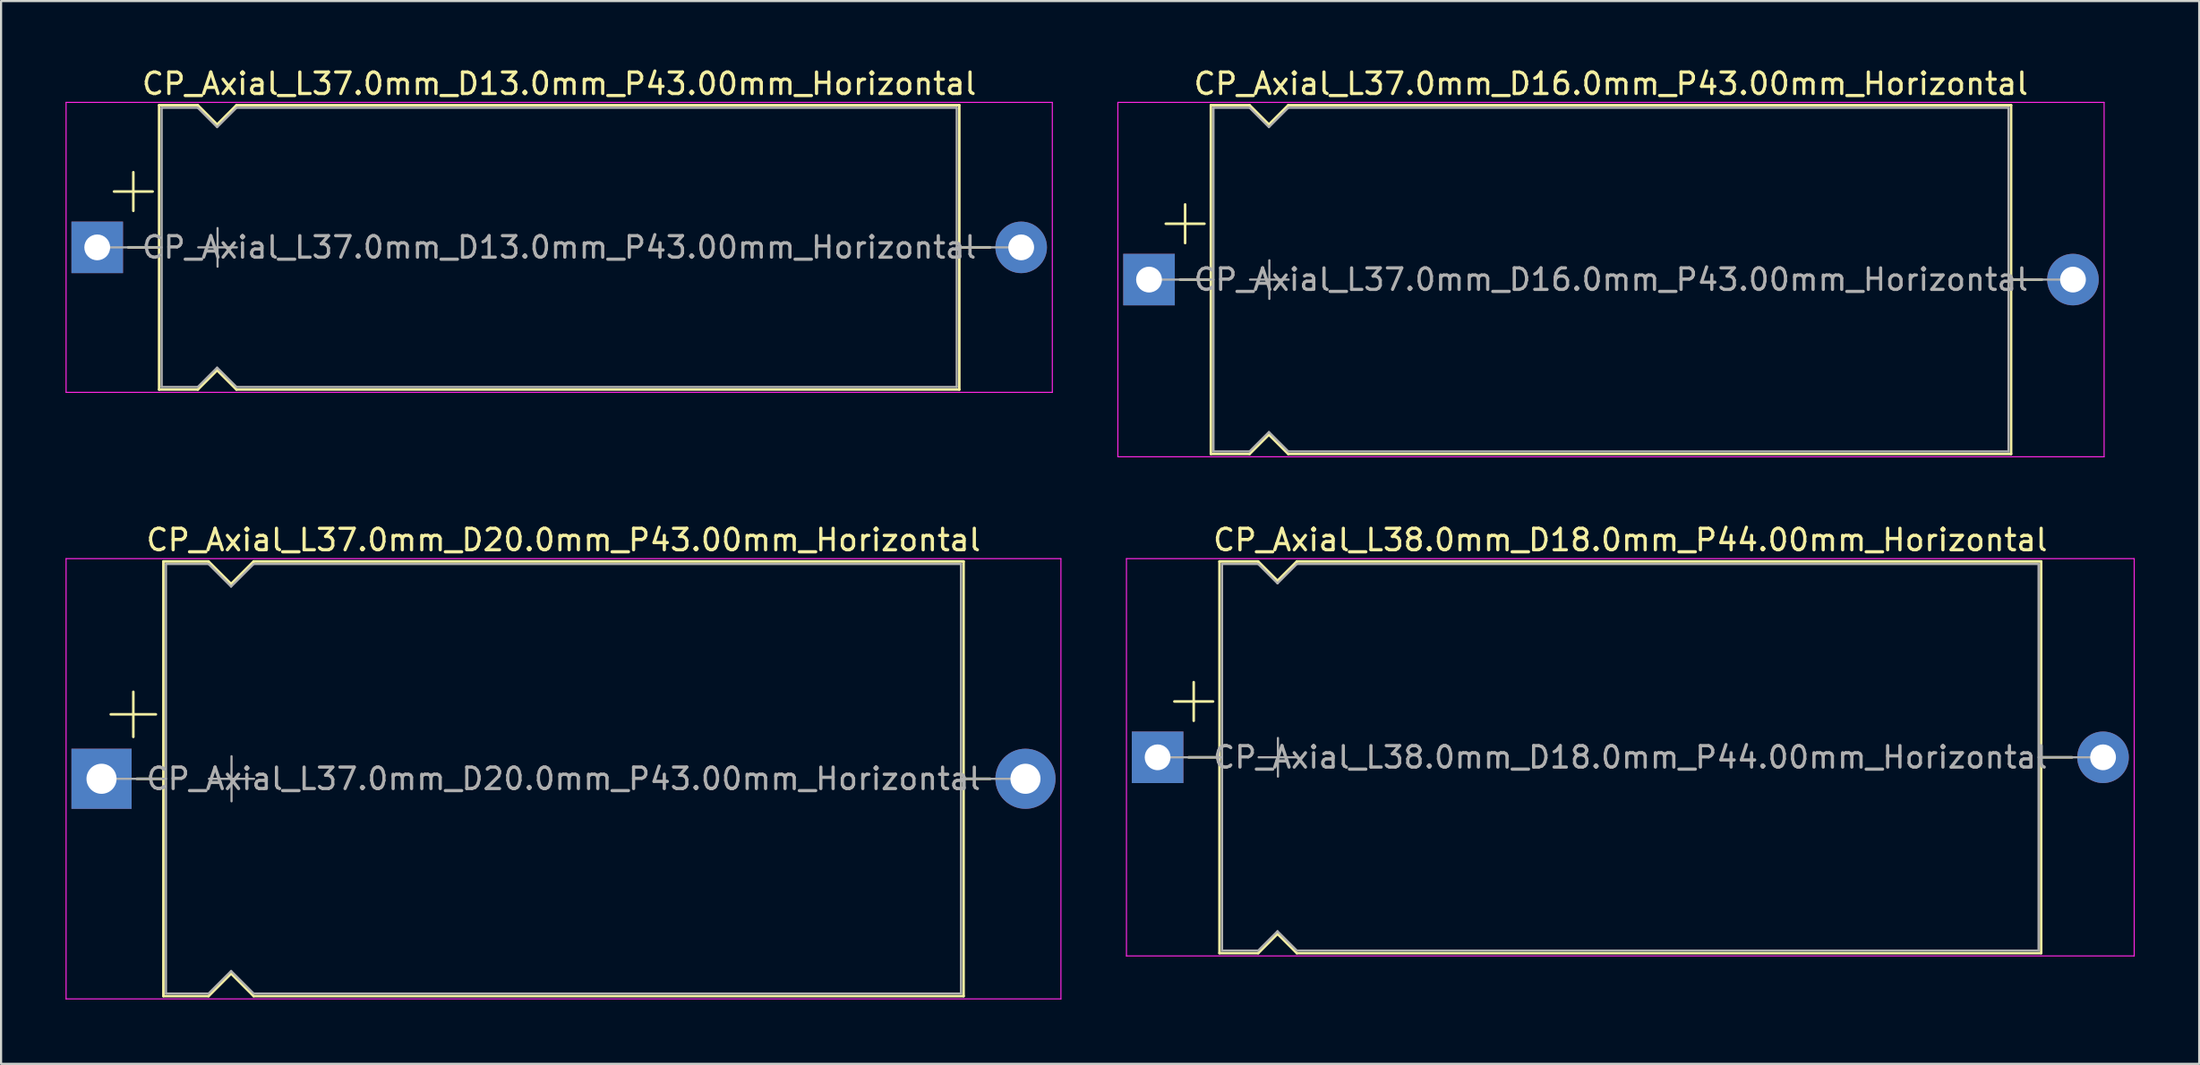
<source format=kicad_pcb>
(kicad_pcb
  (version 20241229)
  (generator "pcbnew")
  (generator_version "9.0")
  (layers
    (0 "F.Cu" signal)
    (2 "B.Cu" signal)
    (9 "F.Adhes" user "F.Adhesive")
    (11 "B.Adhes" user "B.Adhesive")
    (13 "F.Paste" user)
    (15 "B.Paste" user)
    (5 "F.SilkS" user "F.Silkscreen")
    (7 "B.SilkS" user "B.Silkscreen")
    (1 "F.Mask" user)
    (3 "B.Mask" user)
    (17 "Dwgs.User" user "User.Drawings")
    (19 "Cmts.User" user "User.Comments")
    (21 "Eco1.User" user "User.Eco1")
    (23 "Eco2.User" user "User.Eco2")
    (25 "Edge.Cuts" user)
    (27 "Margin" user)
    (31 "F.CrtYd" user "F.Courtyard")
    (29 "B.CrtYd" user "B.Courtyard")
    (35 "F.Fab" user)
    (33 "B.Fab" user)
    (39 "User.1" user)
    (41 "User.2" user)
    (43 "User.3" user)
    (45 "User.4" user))
  (footprint "CP_Axial_L37.0mm_D16.0mm_P43.00mm_Horizontal"
    (layer "F.Cu")
    (at 50.425 9.968)
    (property "Reference" "CP_Axial_L37.0mm_D16.0mm_P43.00mm_Horizontal" (at 21.5 -9.12 0) (layer "F.SilkS") (effects (font (size 1 1) (thickness 0.15))))
    (attr through_hole)
    (fp_line (start 0.78 -2.6) (end 2.58 -2.6) (stroke (width 0.12) (type solid)) (layer "F.SilkS"))
    (fp_line (start 1.44 0) (end 2.88 0) (stroke (width 0.12) (type solid)) (layer "F.SilkS"))
    (fp_line (start 1.68 -3.5) (end 1.68 -1.7) (stroke (width 0.12) (type solid)) (layer "F.SilkS"))
    (fp_line (start 2.88 -8.12) (end 2.88 8.12) (stroke (width 0.12) (type solid)) (layer "F.SilkS"))
    (fp_line (start 2.88 -8.12) (end 4.68 -8.12) (stroke (width 0.12) (type solid)) (layer "F.SilkS"))
    (fp_line (start 2.88 8.12) (end 4.68 8.12) (stroke (width 0.12) (type solid)) (layer "F.SilkS"))
    (fp_line (start 4.68 -8.12) (end 5.58 -7.22) (stroke (width 0.12) (type solid)) (layer "F.SilkS"))
    (fp_line (start 4.68 8.12) (end 5.58 7.22) (stroke (width 0.12) (type solid)) (layer "F.SilkS"))
    (fp_line (start 5.58 -7.22) (end 6.48 -8.12) (stroke (width 0.12) (type solid)) (layer "F.SilkS"))
    (fp_line (start 5.58 7.22) (end 6.48 8.12) (stroke (width 0.12) (type solid)) (layer "F.SilkS"))
    (fp_line (start 6.48 -8.12) (end 40.12 -8.12) (stroke (width 0.12) (type solid)) (layer "F.SilkS"))
    (fp_line (start 6.48 8.12) (end 40.12 8.12) (stroke (width 0.12) (type solid)) (layer "F.SilkS"))
    (fp_line (start 40.12 -8.12) (end 40.12 8.12) (stroke (width 0.12) (type solid)) (layer "F.SilkS"))
    (fp_line (start 41.56 0) (end 40.12 0) (stroke (width 0.12) (type solid)) (layer "F.SilkS"))
    (fp_line (start -1.45 -8.25) (end -1.45 8.25) (stroke (width 0.05) (type solid)) (layer "F.CrtYd"))
    (fp_line (start -1.45 8.25) (end 44.45 8.25) (stroke (width 0.05) (type solid)) (layer "F.CrtYd"))
    (fp_line (start 44.45 -8.25) (end -1.45 -8.25) (stroke (width 0.05) (type solid)) (layer "F.CrtYd"))
    (fp_line (start 44.45 8.25) (end 44.45 -8.25) (stroke (width 0.05) (type solid)) (layer "F.CrtYd"))
    (fp_line (start 0 0) (end 3 0) (stroke (width 0.1) (type solid)) (layer "F.Fab"))
    (fp_line (start 3 -8) (end 3 8) (stroke (width 0.1) (type solid)) (layer "F.Fab"))
    (fp_line (start 3 -8) (end 4.68 -8) (stroke (width 0.1) (type solid)) (layer "F.Fab"))
    (fp_line (start 3 8) (end 4.68 8) (stroke (width 0.1) (type solid)) (layer "F.Fab"))
    (fp_line (start 4.68 -8) (end 5.58 -7.1) (stroke (width 0.1) (type solid)) (layer "F.Fab"))
    (fp_line (start 4.68 8) (end 5.58 7.1) (stroke (width 0.1) (type solid)) (layer "F.Fab"))
    (fp_line (start 4.7 0) (end 6.5 0) (stroke (width 0.1) (type solid)) (layer "F.Fab"))
    (fp_line (start 5.58 -7.1) (end 6.48 -8) (stroke (width 0.1) (type solid)) (layer "F.Fab"))
    (fp_line (start 5.58 7.1) (end 6.48 8) (stroke (width 0.1) (type solid)) (layer "F.Fab"))
    (fp_line (start 5.6 -0.9) (end 5.6 0.9) (stroke (width 0.1) (type solid)) (layer "F.Fab"))
    (fp_line (start 6.48 -8) (end 40 -8) (stroke (width 0.1) (type solid)) (layer "F.Fab"))
    (fp_line (start 6.48 8) (end 40 8) (stroke (width 0.1) (type solid)) (layer "F.Fab"))
    (fp_line (start 40 -8) (end 40 8) (stroke (width 0.1) (type solid)) (layer "F.Fab"))
    (fp_line (start 43 0) (end 40 0) (stroke (width 0.1) (type solid)) (layer "F.Fab"))
    (fp_text user "${REFERENCE}" (at 21.5 0 0) (layer "F.Fab") (effects (font (size 1 1) (thickness 0.15))))
    (pad "1" thru_hole rect (at 0 0) (size 2.4 2.4) (drill 1.2) (layers "*.Cu" "*.Mask"))
    (pad "2" thru_hole oval (at 43 0) (size 2.4 2.4) (drill 1.2) (layers "*.Cu" "*.Mask")))
  (footprint "CP_Axial_L37.0mm_D20.0mm_P43.00mm_Horizontal"
    (layer "F.Cu")
    (at 1.675 33.212)
    (property "Reference" "CP_Axial_L37.0mm_D20.0mm_P43.00mm_Horizontal" (at 21.5 -11.12 0) (layer "F.SilkS") (effects (font (size 1 1) (thickness 0.15))))
    (attr through_hole)
    (fp_line (start 0.43 -3) (end 2.53 -3) (stroke (width 0.12) (type solid)) (layer "F.SilkS"))
    (fp_line (start 1.48 -4.05) (end 1.48 -1.95) (stroke (width 0.12) (type solid)) (layer "F.SilkS"))
    (fp_line (start 1.64 0) (end 2.88 0) (stroke (width 0.12) (type solid)) (layer "F.SilkS"))
    (fp_line (start 2.88 -10.12) (end 2.88 10.12) (stroke (width 0.12) (type solid)) (layer "F.SilkS"))
    (fp_line (start 2.88 -10.12) (end 4.98 -10.12) (stroke (width 0.12) (type solid)) (layer "F.SilkS"))
    (fp_line (start 2.88 10.12) (end 4.98 10.12) (stroke (width 0.12) (type solid)) (layer "F.SilkS"))
    (fp_line (start 4.98 -10.12) (end 6.03 -9.07) (stroke (width 0.12) (type solid)) (layer "F.SilkS"))
    (fp_line (start 4.98 10.12) (end 6.03 9.07) (stroke (width 0.12) (type solid)) (layer "F.SilkS"))
    (fp_line (start 6.03 -9.07) (end 7.08 -10.12) (stroke (width 0.12) (type solid)) (layer "F.SilkS"))
    (fp_line (start 6.03 9.07) (end 7.08 10.12) (stroke (width 0.12) (type solid)) (layer "F.SilkS"))
    (fp_line (start 7.08 -10.12) (end 40.12 -10.12) (stroke (width 0.12) (type solid)) (layer "F.SilkS"))
    (fp_line (start 7.08 10.12) (end 40.12 10.12) (stroke (width 0.12) (type solid)) (layer "F.SilkS"))
    (fp_line (start 40.12 -10.12) (end 40.12 10.12) (stroke (width 0.12) (type solid)) (layer "F.SilkS"))
    (fp_line (start 41.36 0) (end 40.12 0) (stroke (width 0.12) (type solid)) (layer "F.SilkS"))
    (fp_line (start -1.65 -10.25) (end -1.65 10.25) (stroke (width 0.05) (type solid)) (layer "F.CrtYd"))
    (fp_line (start -1.65 10.25) (end 44.65 10.25) (stroke (width 0.05) (type solid)) (layer "F.CrtYd"))
    (fp_line (start 44.65 -10.25) (end -1.65 -10.25) (stroke (width 0.05) (type solid)) (layer "F.CrtYd"))
    (fp_line (start 44.65 10.25) (end 44.65 -10.25) (stroke (width 0.05) (type solid)) (layer "F.CrtYd"))
    (fp_line (start 0 0) (end 3 0) (stroke (width 0.1) (type solid)) (layer "F.Fab"))
    (fp_line (start 3 -10) (end 3 10) (stroke (width 0.1) (type solid)) (layer "F.Fab"))
    (fp_line (start 3 -10) (end 4.98 -10) (stroke (width 0.1) (type solid)) (layer "F.Fab"))
    (fp_line (start 3 10) (end 4.98 10) (stroke (width 0.1) (type solid)) (layer "F.Fab"))
    (fp_line (start 4.98 -10) (end 6.03 -8.95) (stroke (width 0.1) (type solid)) (layer "F.Fab"))
    (fp_line (start 4.98 10) (end 6.03 8.95) (stroke (width 0.1) (type solid)) (layer "F.Fab"))
    (fp_line (start 5 0) (end 7.1 0) (stroke (width 0.1) (type solid)) (layer "F.Fab"))
    (fp_line (start 6.03 -8.95) (end 7.08 -10) (stroke (width 0.1) (type solid)) (layer "F.Fab"))
    (fp_line (start 6.03 8.95) (end 7.08 10) (stroke (width 0.1) (type solid)) (layer "F.Fab"))
    (fp_line (start 6.05 -1.05) (end 6.05 1.05) (stroke (width 0.1) (type solid)) (layer "F.Fab"))
    (fp_line (start 7.08 -10) (end 40 -10) (stroke (width 0.1) (type solid)) (layer "F.Fab"))
    (fp_line (start 7.08 10) (end 40 10) (stroke (width 0.1) (type solid)) (layer "F.Fab"))
    (fp_line (start 40 -10) (end 40 10) (stroke (width 0.1) (type solid)) (layer "F.Fab"))
    (fp_line (start 43 0) (end 40 0) (stroke (width 0.1) (type solid)) (layer "F.Fab"))
    (fp_text user "${REFERENCE}" (at 21.5 0 0) (layer "F.Fab") (effects (font (size 1 1) (thickness 0.15))))
    (pad "1" thru_hole rect (at 0 0) (size 2.8 2.8) (drill 1.4) (layers "*.Cu" "*.Mask"))
    (pad "2" thru_hole oval (at 43 0) (size 2.8 2.8) (drill 1.4) (layers "*.Cu" "*.Mask")))
  (footprint "CP_Axial_L38.0mm_D18.0mm_P44.00mm_Horizontal"
    (layer "F.Cu")
    (at 50.825 32.212)
    (property "Reference" "CP_Axial_L38.0mm_D18.0mm_P44.00mm_Horizontal" (at 22 -10.12 0) (layer "F.SilkS") (effects (font (size 1 1) (thickness 0.15))))
    (attr through_hole)
    (fp_line (start 0.78 -2.6) (end 2.58 -2.6) (stroke (width 0.12) (type solid)) (layer "F.SilkS"))
    (fp_line (start 1.44 0) (end 2.88 0) (stroke (width 0.12) (type solid)) (layer "F.SilkS"))
    (fp_line (start 1.68 -3.5) (end 1.68 -1.7) (stroke (width 0.12) (type solid)) (layer "F.SilkS"))
    (fp_line (start 2.88 -9.12) (end 2.88 9.12) (stroke (width 0.12) (type solid)) (layer "F.SilkS"))
    (fp_line (start 2.88 -9.12) (end 4.68 -9.12) (stroke (width 0.12) (type solid)) (layer "F.SilkS"))
    (fp_line (start 2.88 9.12) (end 4.68 9.12) (stroke (width 0.12) (type solid)) (layer "F.SilkS"))
    (fp_line (start 4.68 -9.12) (end 5.58 -8.22) (stroke (width 0.12) (type solid)) (layer "F.SilkS"))
    (fp_line (start 4.68 9.12) (end 5.58 8.22) (stroke (width 0.12) (type solid)) (layer "F.SilkS"))
    (fp_line (start 5.58 -8.22) (end 6.48 -9.12) (stroke (width 0.12) (type solid)) (layer "F.SilkS"))
    (fp_line (start 5.58 8.22) (end 6.48 9.12) (stroke (width 0.12) (type solid)) (layer "F.SilkS"))
    (fp_line (start 6.48 -9.12) (end 41.12 -9.12) (stroke (width 0.12) (type solid)) (layer "F.SilkS"))
    (fp_line (start 6.48 9.12) (end 41.12 9.12) (stroke (width 0.12) (type solid)) (layer "F.SilkS"))
    (fp_line (start 41.12 -9.12) (end 41.12 9.12) (stroke (width 0.12) (type solid)) (layer "F.SilkS"))
    (fp_line (start 42.56 0) (end 41.12 0) (stroke (width 0.12) (type solid)) (layer "F.SilkS"))
    (fp_line (start -1.45 -9.25) (end -1.45 9.25) (stroke (width 0.05) (type solid)) (layer "F.CrtYd"))
    (fp_line (start -1.45 9.25) (end 45.45 9.25) (stroke (width 0.05) (type solid)) (layer "F.CrtYd"))
    (fp_line (start 45.45 -9.25) (end -1.45 -9.25) (stroke (width 0.05) (type solid)) (layer "F.CrtYd"))
    (fp_line (start 45.45 9.25) (end 45.45 -9.25) (stroke (width 0.05) (type solid)) (layer "F.CrtYd"))
    (fp_line (start 0 0) (end 3 0) (stroke (width 0.1) (type solid)) (layer "F.Fab"))
    (fp_line (start 3 -9) (end 3 9) (stroke (width 0.1) (type solid)) (layer "F.Fab"))
    (fp_line (start 3 -9) (end 4.68 -9) (stroke (width 0.1) (type solid)) (layer "F.Fab"))
    (fp_line (start 3 9) (end 4.68 9) (stroke (width 0.1) (type solid)) (layer "F.Fab"))
    (fp_line (start 4.68 -9) (end 5.58 -8.1) (stroke (width 0.1) (type solid)) (layer "F.Fab"))
    (fp_line (start 4.68 9) (end 5.58 8.1) (stroke (width 0.1) (type solid)) (layer "F.Fab"))
    (fp_line (start 4.7 0) (end 6.5 0) (stroke (width 0.1) (type solid)) (layer "F.Fab"))
    (fp_line (start 5.58 -8.1) (end 6.48 -9) (stroke (width 0.1) (type solid)) (layer "F.Fab"))
    (fp_line (start 5.58 8.1) (end 6.48 9) (stroke (width 0.1) (type solid)) (layer "F.Fab"))
    (fp_line (start 5.6 -0.9) (end 5.6 0.9) (stroke (width 0.1) (type solid)) (layer "F.Fab"))
    (fp_line (start 6.48 -9) (end 41 -9) (stroke (width 0.1) (type solid)) (layer "F.Fab"))
    (fp_line (start 6.48 9) (end 41 9) (stroke (width 0.1) (type solid)) (layer "F.Fab"))
    (fp_line (start 41 -9) (end 41 9) (stroke (width 0.1) (type solid)) (layer "F.Fab"))
    (fp_line (start 44 0) (end 41 0) (stroke (width 0.1) (type solid)) (layer "F.Fab"))
    (fp_text user "${REFERENCE}" (at 22 0 0) (layer "F.Fab") (effects (font (size 1 1) (thickness 0.15))))
    (pad "1" thru_hole rect (at 0 0) (size 2.4 2.4) (drill 1.2) (layers "*.Cu" "*.Mask"))
    (pad "2" thru_hole oval (at 44 0) (size 2.4 2.4) (drill 1.2) (layers "*.Cu" "*.Mask")))
  (footprint "CP_Axial_L37.0mm_D13.0mm_P43.00mm_Horizontal"
    (layer "F.Cu")
    (at 1.475 8.468)
    (property "Reference" "CP_Axial_L37.0mm_D13.0mm_P43.00mm_Horizontal" (at 21.5 -7.62 0) (layer "F.SilkS") (effects (font (size 1 1) (thickness 0.15))))
    (attr through_hole)
    (fp_line (start 0.78 -2.6) (end 2.58 -2.6) (stroke (width 0.12) (type solid)) (layer "F.SilkS"))
    (fp_line (start 1.44 0) (end 2.88 0) (stroke (width 0.12) (type solid)) (layer "F.SilkS"))
    (fp_line (start 1.68 -3.5) (end 1.68 -1.7) (stroke (width 0.12) (type solid)) (layer "F.SilkS"))
    (fp_line (start 2.88 -6.62) (end 2.88 6.62) (stroke (width 0.12) (type solid)) (layer "F.SilkS"))
    (fp_line (start 2.88 -6.62) (end 4.68 -6.62) (stroke (width 0.12) (type solid)) (layer "F.SilkS"))
    (fp_line (start 2.88 6.62) (end 4.68 6.62) (stroke (width 0.12) (type solid)) (layer "F.SilkS"))
    (fp_line (start 4.68 -6.62) (end 5.58 -5.72) (stroke (width 0.12) (type solid)) (layer "F.SilkS"))
    (fp_line (start 4.68 6.62) (end 5.58 5.72) (stroke (width 0.12) (type solid)) (layer "F.SilkS"))
    (fp_line (start 5.58 -5.72) (end 6.48 -6.62) (stroke (width 0.12) (type solid)) (layer "F.SilkS"))
    (fp_line (start 5.58 5.72) (end 6.48 6.62) (stroke (width 0.12) (type solid)) (layer "F.SilkS"))
    (fp_line (start 6.48 -6.62) (end 40.12 -6.62) (stroke (width 0.12) (type solid)) (layer "F.SilkS"))
    (fp_line (start 6.48 6.62) (end 40.12 6.62) (stroke (width 0.12) (type solid)) (layer "F.SilkS"))
    (fp_line (start 40.12 -6.62) (end 40.12 6.62) (stroke (width 0.12) (type solid)) (layer "F.SilkS"))
    (fp_line (start 41.56 0) (end 40.12 0) (stroke (width 0.12) (type solid)) (layer "F.SilkS"))
    (fp_line (start -1.45 -6.75) (end -1.45 6.75) (stroke (width 0.05) (type solid)) (layer "F.CrtYd"))
    (fp_line (start -1.45 6.75) (end 44.45 6.75) (stroke (width 0.05) (type solid)) (layer "F.CrtYd"))
    (fp_line (start 44.45 -6.75) (end -1.45 -6.75) (stroke (width 0.05) (type solid)) (layer "F.CrtYd"))
    (fp_line (start 44.45 6.75) (end 44.45 -6.75) (stroke (width 0.05) (type solid)) (layer "F.CrtYd"))
    (fp_line (start 0 0) (end 3 0) (stroke (width 0.1) (type solid)) (layer "F.Fab"))
    (fp_line (start 3 -6.5) (end 3 6.5) (stroke (width 0.1) (type solid)) (layer "F.Fab"))
    (fp_line (start 3 -6.5) (end 4.68 -6.5) (stroke (width 0.1) (type solid)) (layer "F.Fab"))
    (fp_line (start 3 6.5) (end 4.68 6.5) (stroke (width 0.1) (type solid)) (layer "F.Fab"))
    (fp_line (start 4.68 -6.5) (end 5.58 -5.6) (stroke (width 0.1) (type solid)) (layer "F.Fab"))
    (fp_line (start 4.68 6.5) (end 5.58 5.6) (stroke (width 0.1) (type solid)) (layer "F.Fab"))
    (fp_line (start 4.7 0) (end 6.5 0) (stroke (width 0.1) (type solid)) (layer "F.Fab"))
    (fp_line (start 5.58 -5.6) (end 6.48 -6.5) (stroke (width 0.1) (type solid)) (layer "F.Fab"))
    (fp_line (start 5.58 5.6) (end 6.48 6.5) (stroke (width 0.1) (type solid)) (layer "F.Fab"))
    (fp_line (start 5.6 -0.9) (end 5.6 0.9) (stroke (width 0.1) (type solid)) (layer "F.Fab"))
    (fp_line (start 6.48 -6.5) (end 40 -6.5) (stroke (width 0.1) (type solid)) (layer "F.Fab"))
    (fp_line (start 6.48 6.5) (end 40 6.5) (stroke (width 0.1) (type solid)) (layer "F.Fab"))
    (fp_line (start 40 -6.5) (end 40 6.5) (stroke (width 0.1) (type solid)) (layer "F.Fab"))
    (fp_line (start 43 0) (end 40 0) (stroke (width 0.1) (type solid)) (layer "F.Fab"))
    (fp_text user "${REFERENCE}" (at 21.5 0 0) (layer "F.Fab") (effects (font (size 1 1) (thickness 0.15))))
    (pad "1" thru_hole rect (at 0 0) (size 2.4 2.4) (drill 1.2) (layers "*.Cu" "*.Mask"))
    (pad "2" thru_hole oval (at 43 0) (size 2.4 2.4) (drill 1.2) (layers "*.Cu" "*.Mask")))
  (gr_rect
    (start -3 -3)
    (end 99.3 46.486)
    (stroke (width 0.1) (type default))
    (fill no)
    (layer "Edge.Cuts")))
</source>
